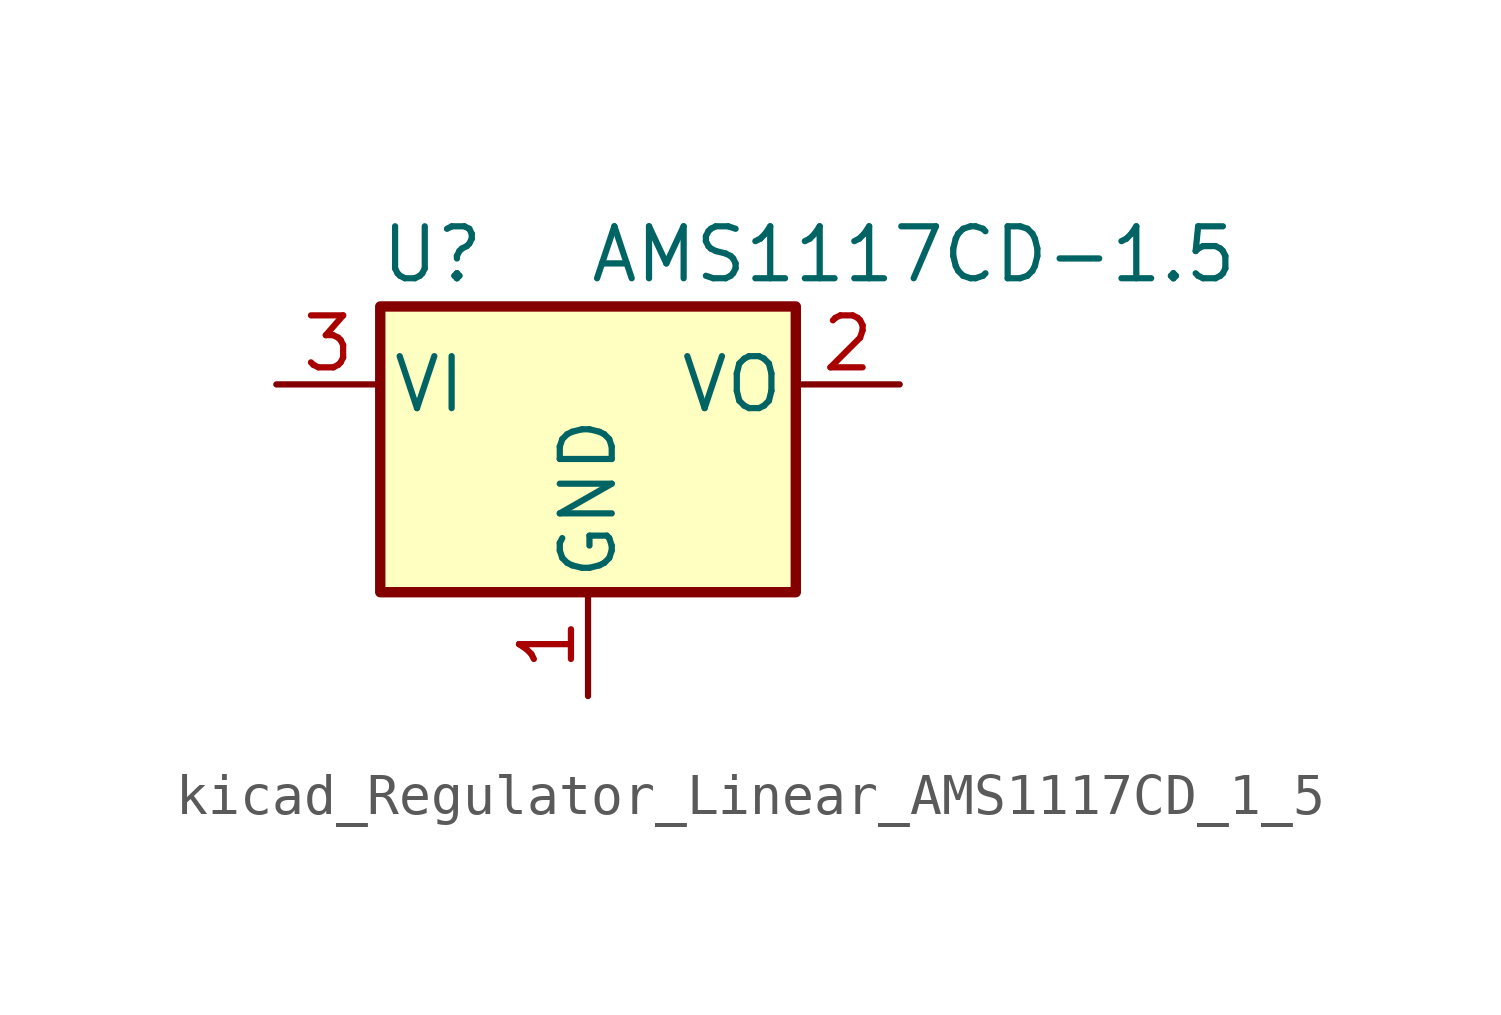
<source format=kicad_sym>
(kicad_symbol_lib
  (version 20220914)
  (generator kicad_symbol_editor)
  (symbol "kicad_Regulator_Linear_AMS1117CD_1_5"
    (pin_names
      (offset 0.254))
    (property "Reference" "U"
      (at -3.81 3.175 0)
      (effects (font (size 1.27 1.27))))
    (property "Value" "AMS1117CD-1.5"
      (at 0 3.175 0)
      (effects (font (size 1.27 1.27)) (justify left)))
    (symbol "kicad_Regulator_Linear_AMS1117CD_1_5_0_1"
      (rectangle (start -5.08 -5.08) (end 5.08 1.905) (stroke (width 0.254) (type default)) (fill (type background))))
    (symbol "kicad_Regulator_Linear_AMS1117CD_1_5_1_1"
      (pin power_in line (at 0 -7.62 90) (length 2.54) (name "GND" (effects (font (size 1.27 1.27)))) (number "1" (effects (font (size 1.27 1.27)))))
      (pin power_out line (at 7.62 0 180) (length 2.54) (name "VO" (effects (font (size 1.27 1.27)))) (number "2" (effects (font (size 1.27 1.27)))))
      (pin power_in line (at -7.62 0 0) (length 2.54) (name "VI" (effects (font (size 1.27 1.27)))) (number "3" (effects (font (size 1.27 1.27))))))))
</source>
